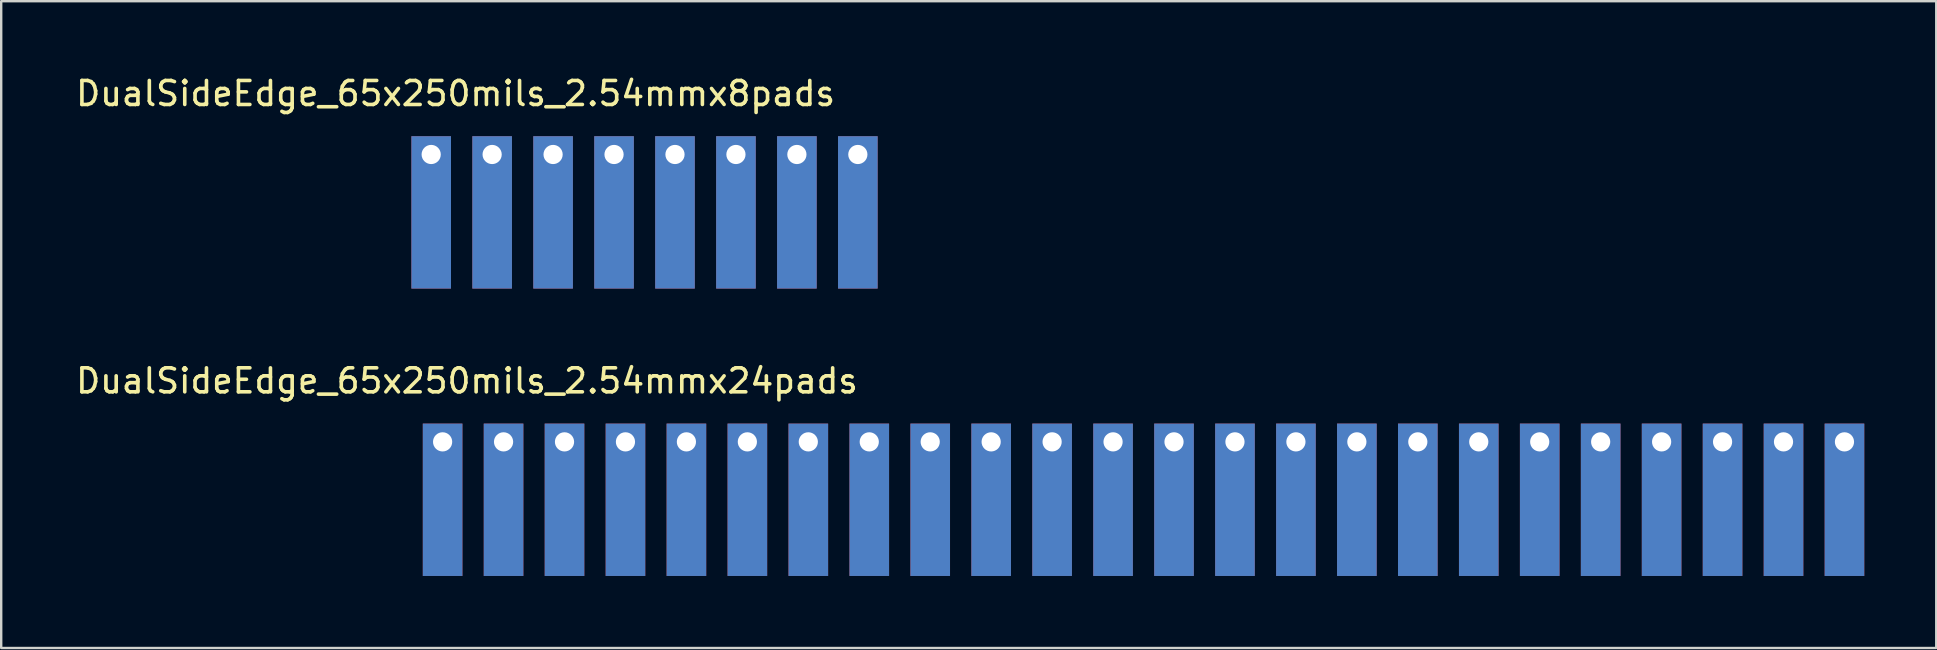
<source format=kicad_pcb>
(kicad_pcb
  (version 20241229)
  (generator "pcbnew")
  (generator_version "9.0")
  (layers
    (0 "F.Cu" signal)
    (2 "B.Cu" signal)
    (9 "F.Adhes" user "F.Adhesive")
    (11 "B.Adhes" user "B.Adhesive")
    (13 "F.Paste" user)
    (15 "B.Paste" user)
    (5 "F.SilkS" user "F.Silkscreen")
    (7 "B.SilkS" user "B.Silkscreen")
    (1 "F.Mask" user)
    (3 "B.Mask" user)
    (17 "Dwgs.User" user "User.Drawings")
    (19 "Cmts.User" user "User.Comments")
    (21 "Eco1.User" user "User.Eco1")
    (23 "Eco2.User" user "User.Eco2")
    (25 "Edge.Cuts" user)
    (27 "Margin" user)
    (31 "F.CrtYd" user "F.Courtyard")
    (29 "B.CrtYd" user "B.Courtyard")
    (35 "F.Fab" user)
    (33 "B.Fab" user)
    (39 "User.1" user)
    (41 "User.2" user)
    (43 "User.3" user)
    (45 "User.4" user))
  (footprint "DualSideEdge_65x250mils_2.54mmx24pads"
    (layer "F.Cu")
    (at 15.395 15.364)
    (property "Reference" "DualSideEdge_65x250mils_2.54mmx24pads" (at 1.016 -2.54 0) (layer "F.SilkS") (effects (font (size 1 1) (thickness 0.15))))
    (attr through_hole)
    (pad "1" thru_hole rect (at 0 0) (size 1.651 6.35) (drill 0.8 (offset 0 2.413)) (layers "*.Cu" "*.Mask"))
    (pad "2" thru_hole rect (at 2.54 0) (size 1.651 6.35) (drill 0.8 (offset 0 2.413)) (layers "*.Cu" "*.Mask"))
    (pad "3" thru_hole rect (at 5.08 0) (size 1.651 6.35) (drill 0.8 (offset 0 2.413)) (layers "*.Cu" "*.Mask"))
    (pad "4" thru_hole rect (at 7.62 0) (size 1.651 6.35) (drill 0.8 (offset 0 2.413)) (layers "*.Cu" "*.Mask"))
    (pad "5" thru_hole rect (at 10.16 0) (size 1.651 6.35) (drill 0.8 (offset 0 2.413)) (layers "*.Cu" "*.Mask"))
    (pad "6" thru_hole rect (at 12.7 0) (size 1.651 6.35) (drill 0.8 (offset 0 2.413)) (layers "*.Cu" "*.Mask"))
    (pad "7" thru_hole rect (at 15.24 0) (size 1.651 6.35) (drill 0.8 (offset 0 2.413)) (layers "*.Cu" "*.Mask"))
    (pad "8" thru_hole rect (at 17.78 0) (size 1.651 6.35) (drill 0.8 (offset 0 2.413)) (layers "*.Cu" "*.Mask"))
    (pad "9" thru_hole rect (at 20.32 0) (size 1.651 6.35) (drill 0.8 (offset 0 2.413)) (layers "*.Cu" "*.Mask"))
    (pad "10" thru_hole rect (at 22.86 0) (size 1.651 6.35) (drill 0.8 (offset 0 2.413)) (layers "*.Cu" "*.Mask"))
    (pad "11" thru_hole rect (at 25.4 0) (size 1.651 6.35) (drill 0.8 (offset 0 2.413)) (layers "*.Cu" "*.Mask"))
    (pad "12" thru_hole rect (at 27.94 0) (size 1.651 6.35) (drill 0.8 (offset 0 2.413)) (layers "*.Cu" "*.Mask"))
    (pad "13" thru_hole rect (at 30.48 0) (size 1.651 6.35) (drill 0.8 (offset 0 2.413)) (layers "*.Cu" "*.Mask"))
    (pad "14" thru_hole rect (at 33.02 0) (size 1.651 6.35) (drill 0.8 (offset 0 2.413)) (layers "*.Cu" "*.Mask"))
    (pad "15" thru_hole rect (at 35.56 0) (size 1.651 6.35) (drill 0.8 (offset 0 2.413)) (layers "*.Cu" "*.Mask"))
    (pad "16" thru_hole rect (at 38.1 0) (size 1.651 6.35) (drill 0.8 (offset 0 2.413)) (layers "*.Cu" "*.Mask"))
    (pad "17" thru_hole rect (at 40.64 0) (size 1.651 6.35) (drill 0.8 (offset 0 2.413)) (layers "*.Cu" "*.Mask"))
    (pad "18" thru_hole rect (at 43.18 0) (size 1.651 6.35) (drill 0.8 (offset 0 2.413)) (layers "*.Cu" "*.Mask"))
    (pad "19" thru_hole rect (at 45.72 0) (size 1.651 6.35) (drill 0.8 (offset 0 2.413)) (layers "*.Cu" "*.Mask"))
    (pad "20" thru_hole rect (at 48.26 0) (size 1.651 6.35) (drill 0.8 (offset 0 2.413)) (layers "*.Cu" "*.Mask"))
    (pad "21" thru_hole rect (at 50.8 0) (size 1.651 6.35) (drill 0.8 (offset 0 2.413)) (layers "*.Cu" "*.Mask"))
    (pad "22" thru_hole rect (at 53.34 0) (size 1.651 6.35) (drill 0.8 (offset 0 2.413)) (layers "*.Cu" "*.Mask"))
    (pad "23" thru_hole rect (at 55.88 0) (size 1.651 6.35) (drill 0.8 (offset 0 2.413)) (layers "*.Cu" "*.Mask"))
    (pad "24" thru_hole rect (at 58.42 0) (size 1.651 6.35) (drill 0.8 (offset 0 2.413)) (layers "*.Cu" "*.Mask")))
  (footprint "DualSideEdge_65x250mils_2.54mmx8pads"
    (layer "F.Cu")
    (at 14.919 3.388)
    (property "Reference" "DualSideEdge_65x250mils_2.54mmx8pads" (at 1.016 -2.54 0) (layer "F.SilkS") (effects (font (size 1 1) (thickness 0.15))))
    (attr through_hole)
    (pad "1" thru_hole rect (at 0 0) (size 1.651 6.35) (drill 0.8 (offset 0 2.413)) (layers "*.Cu" "*.Mask"))
    (pad "2" thru_hole rect (at 2.54 0) (size 1.651 6.35) (drill 0.8 (offset 0 2.413)) (layers "*.Cu" "*.Mask"))
    (pad "3" thru_hole rect (at 5.08 0) (size 1.651 6.35) (drill 0.8 (offset 0 2.413)) (layers "*.Cu" "*.Mask"))
    (pad "4" thru_hole rect (at 7.62 0) (size 1.651 6.35) (drill 0.8 (offset 0 2.413)) (layers "*.Cu" "*.Mask"))
    (pad "5" thru_hole rect (at 10.16 0) (size 1.651 6.35) (drill 0.8 (offset 0 2.413)) (layers "*.Cu" "*.Mask"))
    (pad "6" thru_hole rect (at 12.7 0) (size 1.651 6.35) (drill 0.8 (offset 0 2.413)) (layers "*.Cu" "*.Mask"))
    (pad "7" thru_hole rect (at 15.24 0) (size 1.651 6.35) (drill 0.8 (offset 0 2.413)) (layers "*.Cu" "*.Mask"))
    (pad "8" thru_hole rect (at 17.78 0) (size 1.651 6.35) (drill 0.8 (offset 0 2.413)) (layers "*.Cu" "*.Mask")))
  (gr_rect
    (start -3 -3)
    (end 77.64 23.953)
    (stroke (width 0.1) (type default))
    (fill no)
    (layer "Edge.Cuts")))
</source>
